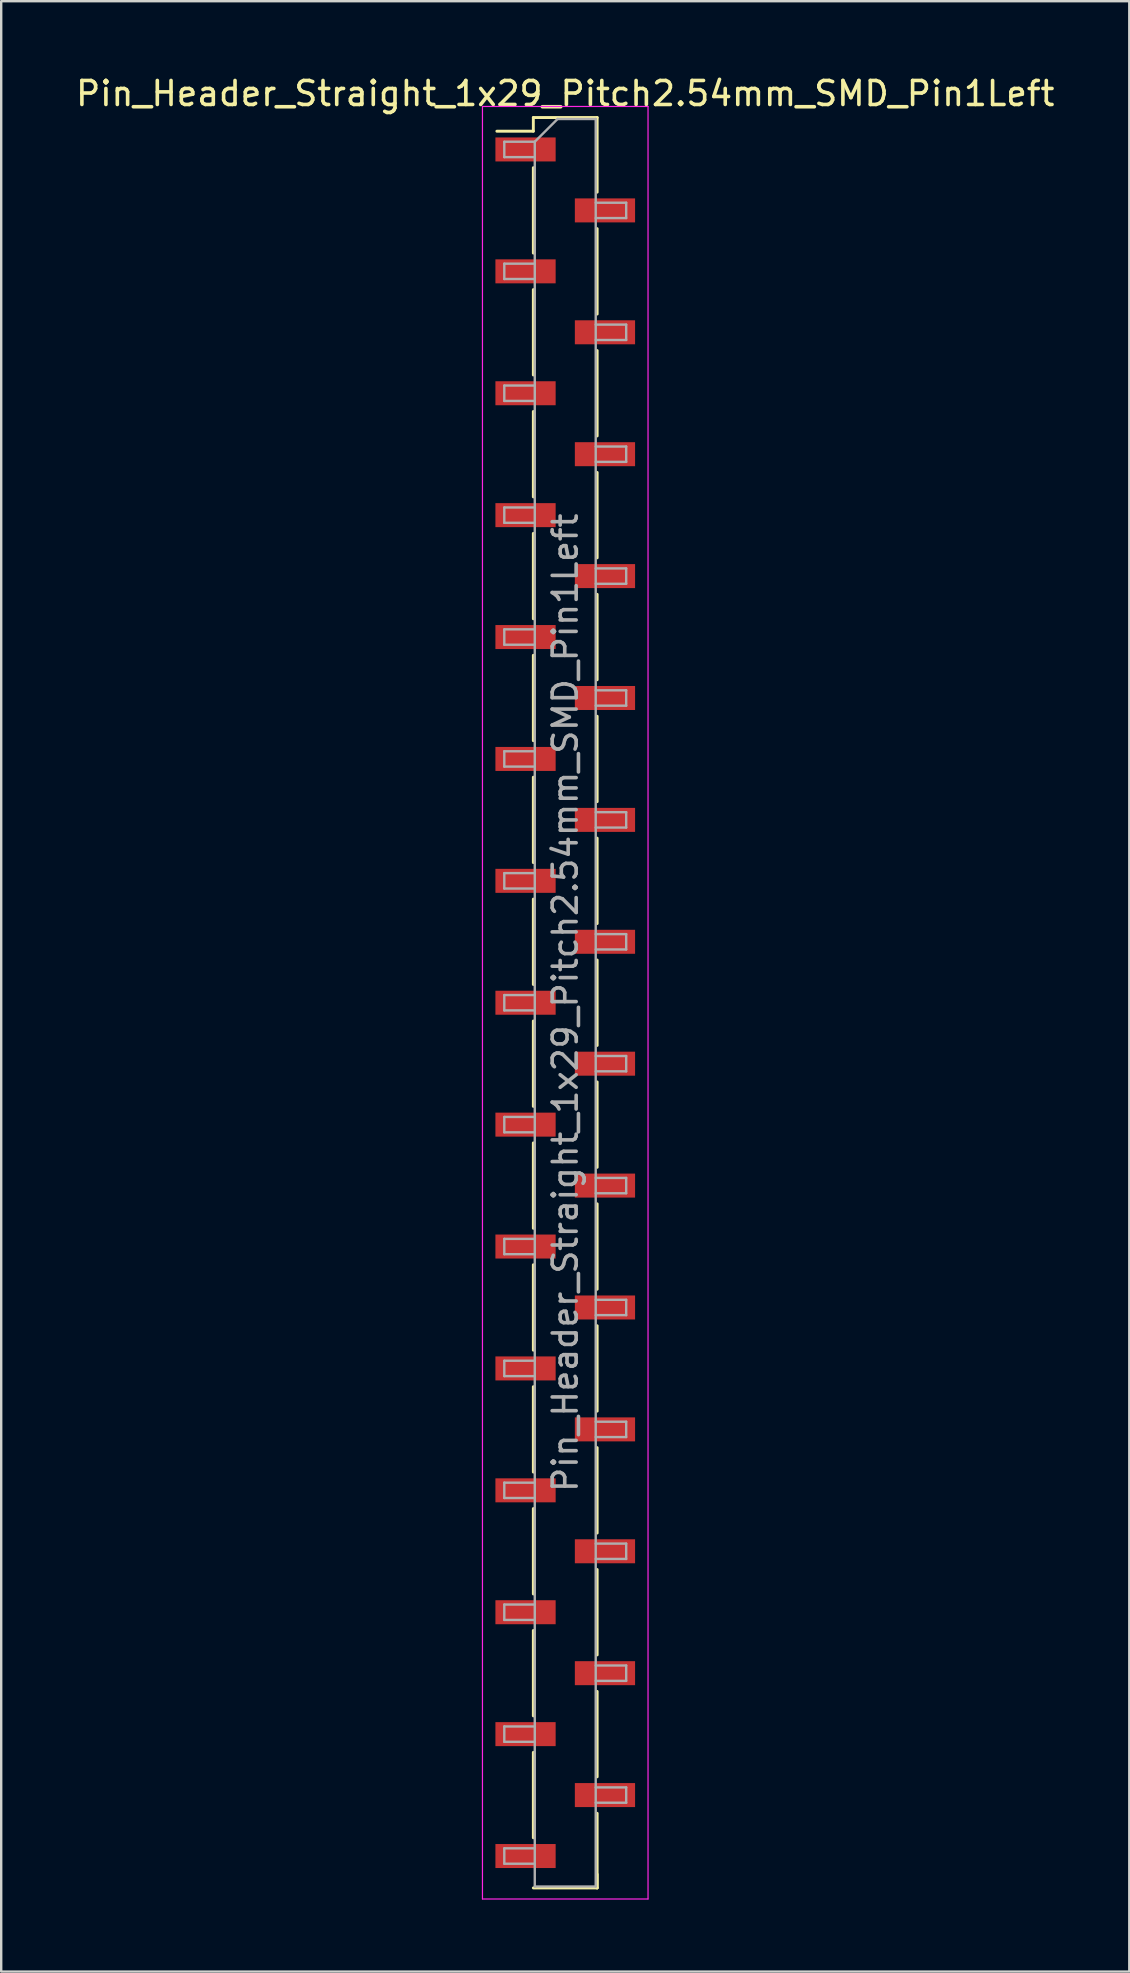
<source format=kicad_pcb>
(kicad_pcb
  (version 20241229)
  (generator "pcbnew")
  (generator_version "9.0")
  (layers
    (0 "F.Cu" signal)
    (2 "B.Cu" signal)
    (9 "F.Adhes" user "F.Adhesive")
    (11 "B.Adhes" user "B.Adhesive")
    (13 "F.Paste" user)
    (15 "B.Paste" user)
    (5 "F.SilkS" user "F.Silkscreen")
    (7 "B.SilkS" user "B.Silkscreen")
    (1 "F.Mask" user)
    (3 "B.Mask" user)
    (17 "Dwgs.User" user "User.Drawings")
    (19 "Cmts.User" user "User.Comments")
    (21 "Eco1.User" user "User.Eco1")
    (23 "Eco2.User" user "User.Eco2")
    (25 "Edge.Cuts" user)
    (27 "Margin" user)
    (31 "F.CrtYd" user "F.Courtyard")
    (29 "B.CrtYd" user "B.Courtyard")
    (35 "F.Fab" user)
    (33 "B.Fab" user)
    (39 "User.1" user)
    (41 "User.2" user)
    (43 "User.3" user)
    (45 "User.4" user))
  (footprint "Pin_Header_Straight_1x29_Pitch2.54mm_SMD_Pin1Left"
    (layer "F.Cu")
    (at 20.506 38.738)
    (property "Reference" "Pin_Header_Straight_1x29_Pitch2.54mm_SMD_Pin1Left" (at 0 -37.89 0) (layer "F.SilkS") (effects (font (size 1 1) (thickness 0.15))))
    (attr smd)
    (fp_line (start -1.33 -36.89) (end -1.33 -36.32) (stroke (width 0.12) (type solid)) (layer "F.SilkS"))
    (fp_line (start -1.33 -36.89) (end 1.33 -36.89) (stroke (width 0.12) (type solid)) (layer "F.SilkS"))
    (fp_line (start -1.33 -36.32) (end -2.85 -36.32) (stroke (width 0.12) (type solid)) (layer "F.SilkS"))
    (fp_line (start -1.33 -34.8) (end -1.33 -31.24) (stroke (width 0.12) (type solid)) (layer "F.SilkS"))
    (fp_line (start -1.33 -29.72) (end -1.33 -26.16) (stroke (width 0.12) (type solid)) (layer "F.SilkS"))
    (fp_line (start -1.33 -24.64) (end -1.33 -21.08) (stroke (width 0.12) (type solid)) (layer "F.SilkS"))
    (fp_line (start -1.33 -19.56) (end -1.33 -16) (stroke (width 0.12) (type solid)) (layer "F.SilkS"))
    (fp_line (start -1.33 -14.48) (end -1.33 -10.92) (stroke (width 0.12) (type solid)) (layer "F.SilkS"))
    (fp_line (start -1.33 -9.4) (end -1.33 -5.84) (stroke (width 0.12) (type solid)) (layer "F.SilkS"))
    (fp_line (start -1.33 -4.32) (end -1.33 -0.76) (stroke (width 0.12) (type solid)) (layer "F.SilkS"))
    (fp_line (start -1.33 0.76) (end -1.33 4.32) (stroke (width 0.12) (type solid)) (layer "F.SilkS"))
    (fp_line (start -1.33 5.84) (end -1.33 9.4) (stroke (width 0.12) (type solid)) (layer "F.SilkS"))
    (fp_line (start -1.33 10.92) (end -1.33 14.48) (stroke (width 0.12) (type solid)) (layer "F.SilkS"))
    (fp_line (start -1.33 16) (end -1.33 19.56) (stroke (width 0.12) (type solid)) (layer "F.SilkS"))
    (fp_line (start -1.33 21.08) (end -1.33 24.64) (stroke (width 0.12) (type solid)) (layer "F.SilkS"))
    (fp_line (start -1.33 26.16) (end -1.33 29.72) (stroke (width 0.12) (type solid)) (layer "F.SilkS"))
    (fp_line (start -1.33 31.24) (end -1.33 34.8) (stroke (width 0.12) (type solid)) (layer "F.SilkS"))
    (fp_line (start -1.33 36.89) (end 1.33 36.89) (stroke (width 0.12) (type solid)) (layer "F.SilkS"))
    (fp_line (start 1.33 -36.89) (end 1.33 -33.78) (stroke (width 0.12) (type solid)) (layer "F.SilkS"))
    (fp_line (start 1.33 -32.26) (end 1.33 -28.7) (stroke (width 0.12) (type solid)) (layer "F.SilkS"))
    (fp_line (start 1.33 -27.18) (end 1.33 -23.62) (stroke (width 0.12) (type solid)) (layer "F.SilkS"))
    (fp_line (start 1.33 -22.1) (end 1.33 -18.54) (stroke (width 0.12) (type solid)) (layer "F.SilkS"))
    (fp_line (start 1.33 -17.02) (end 1.33 -13.46) (stroke (width 0.12) (type solid)) (layer "F.SilkS"))
    (fp_line (start 1.33 -11.94) (end 1.33 -8.38) (stroke (width 0.12) (type solid)) (layer "F.SilkS"))
    (fp_line (start 1.33 -6.86) (end 1.33 -3.3) (stroke (width 0.12) (type solid)) (layer "F.SilkS"))
    (fp_line (start 1.33 -1.78) (end 1.33 1.78) (stroke (width 0.12) (type solid)) (layer "F.SilkS"))
    (fp_line (start 1.33 3.3) (end 1.33 6.86) (stroke (width 0.12) (type solid)) (layer "F.SilkS"))
    (fp_line (start 1.33 8.38) (end 1.33 11.94) (stroke (width 0.12) (type solid)) (layer "F.SilkS"))
    (fp_line (start 1.33 13.46) (end 1.33 17.02) (stroke (width 0.12) (type solid)) (layer "F.SilkS"))
    (fp_line (start 1.33 18.54) (end 1.33 22.1) (stroke (width 0.12) (type solid)) (layer "F.SilkS"))
    (fp_line (start 1.33 23.62) (end 1.33 27.18) (stroke (width 0.12) (type solid)) (layer "F.SilkS"))
    (fp_line (start 1.33 28.7) (end 1.33 32.26) (stroke (width 0.12) (type solid)) (layer "F.SilkS"))
    (fp_line (start 1.33 33.78) (end 1.33 36.89) (stroke (width 0.12) (type solid)) (layer "F.SilkS"))
    (fp_line (start 1.33 36.32) (end 1.33 36.89) (stroke (width 0.12) (type solid)) (layer "F.SilkS"))
    (fp_line (start -3.45 -37.35) (end -3.45 37.35) (stroke (width 0.05) (type solid)) (layer "F.CrtYd"))
    (fp_line (start -3.45 37.35) (end 3.45 37.35) (stroke (width 0.05) (type solid)) (layer "F.CrtYd"))
    (fp_line (start 3.45 -37.35) (end -3.45 -37.35) (stroke (width 0.05) (type solid)) (layer "F.CrtYd"))
    (fp_line (start 3.45 37.35) (end 3.45 -37.35) (stroke (width 0.05) (type solid)) (layer "F.CrtYd"))
    (fp_line (start -2.54 -35.88) (end -2.54 -35.24) (stroke (width 0.1) (type solid)) (layer "F.Fab"))
    (fp_line (start -2.54 -35.24) (end -1.27 -35.24) (stroke (width 0.1) (type solid)) (layer "F.Fab"))
    (fp_line (start -2.54 -30.8) (end -2.54 -30.16) (stroke (width 0.1) (type solid)) (layer "F.Fab"))
    (fp_line (start -2.54 -30.16) (end -1.27 -30.16) (stroke (width 0.1) (type solid)) (layer "F.Fab"))
    (fp_line (start -2.54 -25.72) (end -2.54 -25.08) (stroke (width 0.1) (type solid)) (layer "F.Fab"))
    (fp_line (start -2.54 -25.08) (end -1.27 -25.08) (stroke (width 0.1) (type solid)) (layer "F.Fab"))
    (fp_line (start -2.54 -20.64) (end -2.54 -20) (stroke (width 0.1) (type solid)) (layer "F.Fab"))
    (fp_line (start -2.54 -20) (end -1.27 -20) (stroke (width 0.1) (type solid)) (layer "F.Fab"))
    (fp_line (start -2.54 -15.56) (end -2.54 -14.92) (stroke (width 0.1) (type solid)) (layer "F.Fab"))
    (fp_line (start -2.54 -14.92) (end -1.27 -14.92) (stroke (width 0.1) (type solid)) (layer "F.Fab"))
    (fp_line (start -2.54 -10.48) (end -2.54 -9.84) (stroke (width 0.1) (type solid)) (layer "F.Fab"))
    (fp_line (start -2.54 -9.84) (end -1.27 -9.84) (stroke (width 0.1) (type solid)) (layer "F.Fab"))
    (fp_line (start -2.54 -5.4) (end -2.54 -4.76) (stroke (width 0.1) (type solid)) (layer "F.Fab"))
    (fp_line (start -2.54 -4.76) (end -1.27 -4.76) (stroke (width 0.1) (type solid)) (layer "F.Fab"))
    (fp_line (start -2.54 -0.32) (end -2.54 0.32) (stroke (width 0.1) (type solid)) (layer "F.Fab"))
    (fp_line (start -2.54 0.32) (end -1.27 0.32) (stroke (width 0.1) (type solid)) (layer "F.Fab"))
    (fp_line (start -2.54 4.76) (end -2.54 5.4) (stroke (width 0.1) (type solid)) (layer "F.Fab"))
    (fp_line (start -2.54 5.4) (end -1.27 5.4) (stroke (width 0.1) (type solid)) (layer "F.Fab"))
    (fp_line (start -2.54 9.84) (end -2.54 10.48) (stroke (width 0.1) (type solid)) (layer "F.Fab"))
    (fp_line (start -2.54 10.48) (end -1.27 10.48) (stroke (width 0.1) (type solid)) (layer "F.Fab"))
    (fp_line (start -2.54 14.92) (end -2.54 15.56) (stroke (width 0.1) (type solid)) (layer "F.Fab"))
    (fp_line (start -2.54 15.56) (end -1.27 15.56) (stroke (width 0.1) (type solid)) (layer "F.Fab"))
    (fp_line (start -2.54 20) (end -2.54 20.64) (stroke (width 0.1) (type solid)) (layer "F.Fab"))
    (fp_line (start -2.54 20.64) (end -1.27 20.64) (stroke (width 0.1) (type solid)) (layer "F.Fab"))
    (fp_line (start -2.54 25.08) (end -2.54 25.72) (stroke (width 0.1) (type solid)) (layer "F.Fab"))
    (fp_line (start -2.54 25.72) (end -1.27 25.72) (stroke (width 0.1) (type solid)) (layer "F.Fab"))
    (fp_line (start -2.54 30.16) (end -2.54 30.8) (stroke (width 0.1) (type solid)) (layer "F.Fab"))
    (fp_line (start -2.54 30.8) (end -1.27 30.8) (stroke (width 0.1) (type solid)) (layer "F.Fab"))
    (fp_line (start -2.54 35.24) (end -2.54 35.88) (stroke (width 0.1) (type solid)) (layer "F.Fab"))
    (fp_line (start -2.54 35.88) (end -1.27 35.88) (stroke (width 0.1) (type solid)) (layer "F.Fab"))
    (fp_line (start -1.27 -35.88) (end -2.54 -35.88) (stroke (width 0.1) (type solid)) (layer "F.Fab"))
    (fp_line (start -1.27 -35.88) (end -0.32 -36.83) (stroke (width 0.1) (type solid)) (layer "F.Fab"))
    (fp_line (start -1.27 -30.8) (end -2.54 -30.8) (stroke (width 0.1) (type solid)) (layer "F.Fab"))
    (fp_line (start -1.27 -25.72) (end -2.54 -25.72) (stroke (width 0.1) (type solid)) (layer "F.Fab"))
    (fp_line (start -1.27 -20.64) (end -2.54 -20.64) (stroke (width 0.1) (type solid)) (layer "F.Fab"))
    (fp_line (start -1.27 -15.56) (end -2.54 -15.56) (stroke (width 0.1) (type solid)) (layer "F.Fab"))
    (fp_line (start -1.27 -10.48) (end -2.54 -10.48) (stroke (width 0.1) (type solid)) (layer "F.Fab"))
    (fp_line (start -1.27 -5.4) (end -2.54 -5.4) (stroke (width 0.1) (type solid)) (layer "F.Fab"))
    (fp_line (start -1.27 -0.32) (end -2.54 -0.32) (stroke (width 0.1) (type solid)) (layer "F.Fab"))
    (fp_line (start -1.27 4.76) (end -2.54 4.76) (stroke (width 0.1) (type solid)) (layer "F.Fab"))
    (fp_line (start -1.27 9.84) (end -2.54 9.84) (stroke (width 0.1) (type solid)) (layer "F.Fab"))
    (fp_line (start -1.27 14.92) (end -2.54 14.92) (stroke (width 0.1) (type solid)) (layer "F.Fab"))
    (fp_line (start -1.27 20) (end -2.54 20) (stroke (width 0.1) (type solid)) (layer "F.Fab"))
    (fp_line (start -1.27 25.08) (end -2.54 25.08) (stroke (width 0.1) (type solid)) (layer "F.Fab"))
    (fp_line (start -1.27 30.16) (end -2.54 30.16) (stroke (width 0.1) (type solid)) (layer "F.Fab"))
    (fp_line (start -1.27 35.24) (end -2.54 35.24) (stroke (width 0.1) (type solid)) (layer "F.Fab"))
    (fp_line (start -1.27 36.83) (end -1.27 -35.88) (stroke (width 0.1) (type solid)) (layer "F.Fab"))
    (fp_line (start -0.32 -36.83) (end 1.27 -36.83) (stroke (width 0.1) (type solid)) (layer "F.Fab"))
    (fp_line (start 1.27 -36.83) (end 1.27 36.83) (stroke (width 0.1) (type solid)) (layer "F.Fab"))
    (fp_line (start 1.27 -33.34) (end 2.54 -33.34) (stroke (width 0.1) (type solid)) (layer "F.Fab"))
    (fp_line (start 1.27 -28.26) (end 2.54 -28.26) (stroke (width 0.1) (type solid)) (layer "F.Fab"))
    (fp_line (start 1.27 -23.18) (end 2.54 -23.18) (stroke (width 0.1) (type solid)) (layer "F.Fab"))
    (fp_line (start 1.27 -18.1) (end 2.54 -18.1) (stroke (width 0.1) (type solid)) (layer "F.Fab"))
    (fp_line (start 1.27 -13.02) (end 2.54 -13.02) (stroke (width 0.1) (type solid)) (layer "F.Fab"))
    (fp_line (start 1.27 -7.94) (end 2.54 -7.94) (stroke (width 0.1) (type solid)) (layer "F.Fab"))
    (fp_line (start 1.27 -2.86) (end 2.54 -2.86) (stroke (width 0.1) (type solid)) (layer "F.Fab"))
    (fp_line (start 1.27 2.22) (end 2.54 2.22) (stroke (width 0.1) (type solid)) (layer "F.Fab"))
    (fp_line (start 1.27 7.3) (end 2.54 7.3) (stroke (width 0.1) (type solid)) (layer "F.Fab"))
    (fp_line (start 1.27 12.38) (end 2.54 12.38) (stroke (width 0.1) (type solid)) (layer "F.Fab"))
    (fp_line (start 1.27 17.46) (end 2.54 17.46) (stroke (width 0.1) (type solid)) (layer "F.Fab"))
    (fp_line (start 1.27 22.54) (end 2.54 22.54) (stroke (width 0.1) (type solid)) (layer "F.Fab"))
    (fp_line (start 1.27 27.62) (end 2.54 27.62) (stroke (width 0.1) (type solid)) (layer "F.Fab"))
    (fp_line (start 1.27 32.7) (end 2.54 32.7) (stroke (width 0.1) (type solid)) (layer "F.Fab"))
    (fp_line (start 1.27 36.83) (end -1.27 36.83) (stroke (width 0.1) (type solid)) (layer "F.Fab"))
    (fp_line (start 2.54 -33.34) (end 2.54 -32.7) (stroke (width 0.1) (type solid)) (layer "F.Fab"))
    (fp_line (start 2.54 -32.7) (end 1.27 -32.7) (stroke (width 0.1) (type solid)) (layer "F.Fab"))
    (fp_line (start 2.54 -28.26) (end 2.54 -27.62) (stroke (width 0.1) (type solid)) (layer "F.Fab"))
    (fp_line (start 2.54 -27.62) (end 1.27 -27.62) (stroke (width 0.1) (type solid)) (layer "F.Fab"))
    (fp_line (start 2.54 -23.18) (end 2.54 -22.54) (stroke (width 0.1) (type solid)) (layer "F.Fab"))
    (fp_line (start 2.54 -22.54) (end 1.27 -22.54) (stroke (width 0.1) (type solid)) (layer "F.Fab"))
    (fp_line (start 2.54 -18.1) (end 2.54 -17.46) (stroke (width 0.1) (type solid)) (layer "F.Fab"))
    (fp_line (start 2.54 -17.46) (end 1.27 -17.46) (stroke (width 0.1) (type solid)) (layer "F.Fab"))
    (fp_line (start 2.54 -13.02) (end 2.54 -12.38) (stroke (width 0.1) (type solid)) (layer "F.Fab"))
    (fp_line (start 2.54 -12.38) (end 1.27 -12.38) (stroke (width 0.1) (type solid)) (layer "F.Fab"))
    (fp_line (start 2.54 -7.94) (end 2.54 -7.3) (stroke (width 0.1) (type solid)) (layer "F.Fab"))
    (fp_line (start 2.54 -7.3) (end 1.27 -7.3) (stroke (width 0.1) (type solid)) (layer "F.Fab"))
    (fp_line (start 2.54 -2.86) (end 2.54 -2.22) (stroke (width 0.1) (type solid)) (layer "F.Fab"))
    (fp_line (start 2.54 -2.22) (end 1.27 -2.22) (stroke (width 0.1) (type solid)) (layer "F.Fab"))
    (fp_line (start 2.54 2.22) (end 2.54 2.86) (stroke (width 0.1) (type solid)) (layer "F.Fab"))
    (fp_line (start 2.54 2.86) (end 1.27 2.86) (stroke (width 0.1) (type solid)) (layer "F.Fab"))
    (fp_line (start 2.54 7.3) (end 2.54 7.94) (stroke (width 0.1) (type solid)) (layer "F.Fab"))
    (fp_line (start 2.54 7.94) (end 1.27 7.94) (stroke (width 0.1) (type solid)) (layer "F.Fab"))
    (fp_line (start 2.54 12.38) (end 2.54 13.02) (stroke (width 0.1) (type solid)) (layer "F.Fab"))
    (fp_line (start 2.54 13.02) (end 1.27 13.02) (stroke (width 0.1) (type solid)) (layer "F.Fab"))
    (fp_line (start 2.54 17.46) (end 2.54 18.1) (stroke (width 0.1) (type solid)) (layer "F.Fab"))
    (fp_line (start 2.54 18.1) (end 1.27 18.1) (stroke (width 0.1) (type solid)) (layer "F.Fab"))
    (fp_line (start 2.54 22.54) (end 2.54 23.18) (stroke (width 0.1) (type solid)) (layer "F.Fab"))
    (fp_line (start 2.54 23.18) (end 1.27 23.18) (stroke (width 0.1) (type solid)) (layer "F.Fab"))
    (fp_line (start 2.54 27.62) (end 2.54 28.26) (stroke (width 0.1) (type solid)) (layer "F.Fab"))
    (fp_line (start 2.54 28.26) (end 1.27 28.26) (stroke (width 0.1) (type solid)) (layer "F.Fab"))
    (fp_line (start 2.54 32.7) (end 2.54 33.34) (stroke (width 0.1) (type solid)) (layer "F.Fab"))
    (fp_line (start 2.54 33.34) (end 1.27 33.34) (stroke (width 0.1) (type solid)) (layer "F.Fab"))
    (fp_text user "${REFERENCE}" (at 0 0 90) (layer "F.Fab") (effects (font (size 1 1) (thickness 0.15))))
    (pad "1" smd rect (at -1.655 -35.56) (size 2.51 1) (layers "F.Cu" "F.Mask" "F.Paste"))
    (pad "2" smd rect (at 1.655 -33.02) (size 2.51 1) (layers "F.Cu" "F.Mask" "F.Paste"))
    (pad "3" smd rect (at -1.655 -30.48) (size 2.51 1) (layers "F.Cu" "F.Mask" "F.Paste"))
    (pad "4" smd rect (at 1.655 -27.94) (size 2.51 1) (layers "F.Cu" "F.Mask" "F.Paste"))
    (pad "5" smd rect (at -1.655 -25.4) (size 2.51 1) (layers "F.Cu" "F.Mask" "F.Paste"))
    (pad "6" smd rect (at 1.655 -22.86) (size 2.51 1) (layers "F.Cu" "F.Mask" "F.Paste"))
    (pad "7" smd rect (at -1.655 -20.32) (size 2.51 1) (layers "F.Cu" "F.Mask" "F.Paste"))
    (pad "8" smd rect (at 1.655 -17.78) (size 2.51 1) (layers "F.Cu" "F.Mask" "F.Paste"))
    (pad "9" smd rect (at -1.655 -15.24) (size 2.51 1) (layers "F.Cu" "F.Mask" "F.Paste"))
    (pad "10" smd rect (at 1.655 -12.7) (size 2.51 1) (layers "F.Cu" "F.Mask" "F.Paste"))
    (pad "11" smd rect (at -1.655 -10.16) (size 2.51 1) (layers "F.Cu" "F.Mask" "F.Paste"))
    (pad "12" smd rect (at 1.655 -7.62) (size 2.51 1) (layers "F.Cu" "F.Mask" "F.Paste"))
    (pad "13" smd rect (at -1.655 -5.08) (size 2.51 1) (layers "F.Cu" "F.Mask" "F.Paste"))
    (pad "14" smd rect (at 1.655 -2.54) (size 2.51 1) (layers "F.Cu" "F.Mask" "F.Paste"))
    (pad "15" smd rect (at -1.655 0) (size 2.51 1) (layers "F.Cu" "F.Mask" "F.Paste"))
    (pad "16" smd rect (at 1.655 2.54) (size 2.51 1) (layers "F.Cu" "F.Mask" "F.Paste"))
    (pad "17" smd rect (at -1.655 5.08) (size 2.51 1) (layers "F.Cu" "F.Mask" "F.Paste"))
    (pad "18" smd rect (at 1.655 7.62) (size 2.51 1) (layers "F.Cu" "F.Mask" "F.Paste"))
    (pad "19" smd rect (at -1.655 10.16) (size 2.51 1) (layers "F.Cu" "F.Mask" "F.Paste"))
    (pad "20" smd rect (at 1.655 12.7) (size 2.51 1) (layers "F.Cu" "F.Mask" "F.Paste"))
    (pad "21" smd rect (at -1.655 15.24) (size 2.51 1) (layers "F.Cu" "F.Mask" "F.Paste"))
    (pad "22" smd rect (at 1.655 17.78) (size 2.51 1) (layers "F.Cu" "F.Mask" "F.Paste"))
    (pad "23" smd rect (at -1.655 20.32) (size 2.51 1) (layers "F.Cu" "F.Mask" "F.Paste"))
    (pad "24" smd rect (at 1.655 22.86) (size 2.51 1) (layers "F.Cu" "F.Mask" "F.Paste"))
    (pad "25" smd rect (at -1.655 25.4) (size 2.51 1) (layers "F.Cu" "F.Mask" "F.Paste"))
    (pad "26" smd rect (at 1.655 27.94) (size 2.51 1) (layers "F.Cu" "F.Mask" "F.Paste"))
    (pad "27" smd rect (at -1.655 30.48) (size 2.51 1) (layers "F.Cu" "F.Mask" "F.Paste"))
    (pad "28" smd rect (at 1.655 33.02) (size 2.51 1) (layers "F.Cu" "F.Mask" "F.Paste"))
    (pad "29" smd rect (at -1.655 35.56) (size 2.51 1) (layers "F.Cu" "F.Mask" "F.Paste")))
  (gr_rect
    (start -3 -3)
    (end 44.012 79.113)
    (stroke (width 0.1) (type default))
    (fill no)
    (layer "Edge.Cuts")))
</source>
